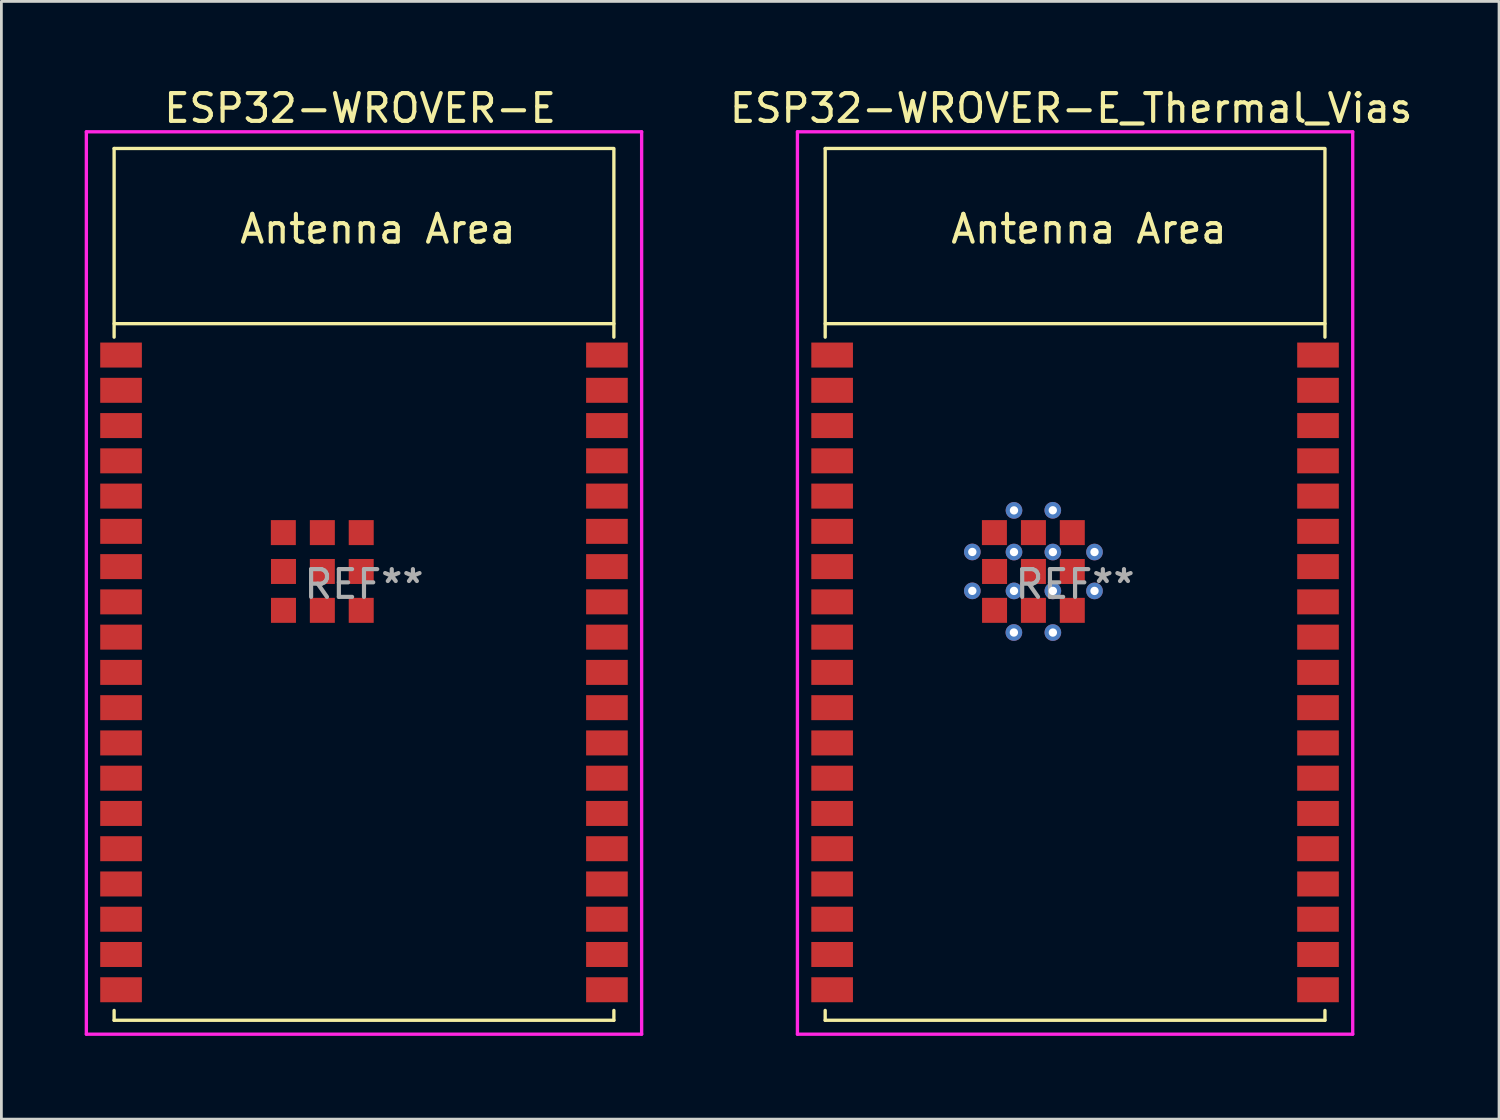
<source format=kicad_pcb>
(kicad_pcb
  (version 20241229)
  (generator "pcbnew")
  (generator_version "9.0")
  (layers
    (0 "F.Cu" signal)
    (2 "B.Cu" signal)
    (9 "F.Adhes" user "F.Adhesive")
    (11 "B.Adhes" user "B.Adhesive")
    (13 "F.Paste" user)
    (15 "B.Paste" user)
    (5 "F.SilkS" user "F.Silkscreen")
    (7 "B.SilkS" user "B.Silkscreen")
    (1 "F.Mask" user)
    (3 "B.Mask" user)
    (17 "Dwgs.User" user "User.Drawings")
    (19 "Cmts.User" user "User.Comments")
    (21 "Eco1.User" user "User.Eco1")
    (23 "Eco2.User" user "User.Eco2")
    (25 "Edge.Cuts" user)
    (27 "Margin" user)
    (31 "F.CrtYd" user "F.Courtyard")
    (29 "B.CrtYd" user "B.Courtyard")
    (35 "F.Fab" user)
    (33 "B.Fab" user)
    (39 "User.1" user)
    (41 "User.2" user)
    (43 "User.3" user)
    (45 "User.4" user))
  (footprint "ESP32-WROVER-E"
    (layer "F.Cu")
    (at 10.06 17.993)
    (property "Reference" "ESP32-WROVER-E" (at -0.14 -17.145 0) (layer "F.SilkS") (effects (font (size 1 1) (thickness 0.15))))
    (attr smd)
    (fp_line (start -9 -15.695) (end -9 -8.9) (stroke (width 0.12) (type solid)) (layer "F.SilkS"))
    (fp_line (start -9 -9.385) (end 9 -9.385) (stroke (width 0.12) (type solid)) (layer "F.SilkS"))
    (fp_line (start -9 15.705) (end -9 15.35) (stroke (width 0.12) (type solid)) (layer "F.SilkS"))
    (fp_line (start -9 15.705) (end 9 15.705) (stroke (width 0.12) (type solid)) (layer "F.SilkS"))
    (fp_line (start 9 -15.695) (end -9 -15.695) (stroke (width 0.12) (type solid)) (layer "F.SilkS"))
    (fp_line (start 9 -15.65) (end 9 -8.9) (stroke (width 0.12) (type solid)) (layer "F.SilkS"))
    (fp_line (start 9 15.705) (end 9 15.35) (stroke (width 0.12) (type solid)) (layer "F.SilkS"))
    (fp_line (start -9 -15.695) (end -9 15.705) (stroke (width 0.12) (type solid)) (layer "Eco2.User"))
    (fp_line (start -9 -9.385) (end 9 -9.385) (stroke (width 0.12) (type solid)) (layer "Eco2.User"))
    (fp_line (start -9 15.705) (end 9 15.705) (stroke (width 0.12) (type solid)) (layer "Eco2.User"))
    (fp_line (start 9 -15.695) (end -9 -15.695) (stroke (width 0.12) (type solid)) (layer "Eco2.User"))
    (fp_line (start 9 15.705) (end 9 -15.695) (stroke (width 0.12) (type solid)) (layer "Eco2.User"))
    (fp_line (start -10 -16.295) (end 10 -16.295) (stroke (width 0.12) (type solid)) (layer "F.CrtYd"))
    (fp_line (start -10 16.205) (end -10 -16.295) (stroke (width 0.12) (type solid)) (layer "F.CrtYd"))
    (fp_line (start 10 -16.295) (end 10 16.205) (stroke (width 0.12) (type solid)) (layer "F.CrtYd"))
    (fp_line (start 10 16.205) (end -10 16.205) (stroke (width 0.12) (type solid)) (layer "F.CrtYd"))
    (fp_text user "Antenna Area" (at 0.5 -12.795 0) (unlocked yes) (layer "F.SilkS") (effects (font (size 1 1) (thickness 0.15))))
    (fp_text user "REF**" (at 0 0 0) (layer "F.Fab") (effects (font (size 1 1) (thickness 0.15))))
    (pad "1" smd rect (at -8.75 -8.255) (size 1.5 0.9) (layers "F.Cu" "F.Mask" "F.Paste"))
    (pad "2" smd rect (at -8.75 -6.985) (size 1.5 0.9) (layers "F.Cu" "F.Mask" "F.Paste"))
    (pad "3" smd rect (at -8.75 -5.715) (size 1.5 0.9) (layers "F.Cu" "F.Mask" "F.Paste"))
    (pad "4" smd rect (at -8.75 -4.445) (size 1.5 0.9) (layers "F.Cu" "F.Mask" "F.Paste"))
    (pad "5" smd rect (at -8.75 -3.175) (size 1.5 0.9) (layers "F.Cu" "F.Mask" "F.Paste"))
    (pad "6" smd rect (at -8.75 -1.905) (size 1.5 0.9) (layers "F.Cu" "F.Mask" "F.Paste"))
    (pad "7" smd rect (at -8.75 -0.635) (size 1.5 0.9) (layers "F.Cu" "F.Mask" "F.Paste"))
    (pad "8" smd rect (at -8.75 0.635) (size 1.5 0.9) (layers "F.Cu" "F.Mask" "F.Paste"))
    (pad "9" smd rect (at -8.75 1.905) (size 1.5 0.9) (layers "F.Cu" "F.Mask" "F.Paste"))
    (pad "10" smd rect (at -8.75 3.175) (size 1.5 0.9) (layers "F.Cu" "F.Mask" "F.Paste"))
    (pad "11" smd rect (at -8.75 4.445) (size 1.5 0.9) (layers "F.Cu" "F.Mask" "F.Paste"))
    (pad "12" smd rect (at -8.75 5.715) (size 1.5 0.9) (layers "F.Cu" "F.Mask" "F.Paste"))
    (pad "13" smd rect (at -8.75 6.985) (size 1.5 0.9) (layers "F.Cu" "F.Mask" "F.Paste"))
    (pad "14" smd rect (at -8.75 8.255) (size 1.5 0.9) (layers "F.Cu" "F.Mask" "F.Paste"))
    (pad "15" smd rect (at -8.75 9.525) (size 1.5 0.9) (layers "F.Cu" "F.Mask" "F.Paste"))
    (pad "16" smd rect (at -8.75 10.795) (size 1.5 0.9) (layers "F.Cu" "F.Mask" "F.Paste"))
    (pad "17" smd rect (at -8.75 12.065) (size 1.5 0.9) (layers "F.Cu" "F.Mask" "F.Paste"))
    (pad "18" smd rect (at -8.75 13.335) (size 1.5 0.9) (layers "F.Cu" "F.Mask" "F.Paste"))
    (pad "19" smd rect (at -8.75 14.605) (size 1.5 0.9) (layers "F.Cu" "F.Mask" "F.Paste"))
    (pad "20" smd rect (at 8.75 14.605) (size 1.5 0.9) (layers "F.Cu" "F.Mask" "F.Paste"))
    (pad "21" smd rect (at 8.75 13.335) (size 1.5 0.9) (layers "F.Cu" "F.Mask" "F.Paste"))
    (pad "22" smd rect (at 8.75 12.065) (size 1.5 0.9) (layers "F.Cu" "F.Mask" "F.Paste"))
    (pad "23" smd rect (at 8.75 10.795) (size 1.5 0.9) (layers "F.Cu" "F.Mask" "F.Paste"))
    (pad "24" smd rect (at 8.75 9.525) (size 1.5 0.9) (layers "F.Cu" "F.Mask" "F.Paste"))
    (pad "25" smd rect (at 8.75 8.255) (size 1.5 0.9) (layers "F.Cu" "F.Mask" "F.Paste"))
    (pad "26" smd rect (at 8.75 6.985) (size 1.5 0.9) (layers "F.Cu" "F.Mask" "F.Paste"))
    (pad "27" smd rect (at 8.75 5.715) (size 1.5 0.9) (layers "F.Cu" "F.Mask" "F.Paste"))
    (pad "28" smd rect (at 8.75 4.445) (size 1.5 0.9) (layers "F.Cu" "F.Mask" "F.Paste"))
    (pad "29" smd rect (at 8.75 3.175) (size 1.5 0.9) (layers "F.Cu" "F.Mask" "F.Paste"))
    (pad "30" smd rect (at 8.75 1.905) (size 1.5 0.9) (layers "F.Cu" "F.Mask" "F.Paste"))
    (pad "31" smd rect (at 8.75 0.635) (size 1.5 0.9) (layers "F.Cu" "F.Mask" "F.Paste"))
    (pad "32" smd rect (at 8.75 -0.635) (size 1.5 0.9) (layers "F.Cu" "F.Mask" "F.Paste"))
    (pad "33" smd rect (at 8.75 -1.905) (size 1.5 0.9) (layers "F.Cu" "F.Mask" "F.Paste"))
    (pad "34" smd rect (at 8.75 -3.175) (size 1.5 0.9) (layers "F.Cu" "F.Mask" "F.Paste"))
    (pad "35" smd rect (at 8.75 -4.445) (size 1.5 0.9) (layers "F.Cu" "F.Mask" "F.Paste"))
    (pad "36" smd rect (at 8.75 -5.715) (size 1.5 0.9) (layers "F.Cu" "F.Mask" "F.Paste"))
    (pad "37" smd rect (at 8.75 -6.985) (size 1.5 0.9) (layers "F.Cu" "F.Mask" "F.Paste"))
    (pad "38" smd rect (at 8.75 -8.255) (size 1.5 0.9) (layers "F.Cu" "F.Mask" "F.Paste"))
    (pad "39" smd rect (at -2.905 -1.86) (size 0.9 0.9) (layers "F.Cu" "F.Mask" "F.Paste"))
    (pad "39" smd rect (at -2.9 -0.46) (size 0.9 0.9) (layers "F.Cu" "F.Mask" "F.Paste"))
    (pad "39" smd rect (at -2.9 0.94) (size 0.9 0.9) (layers "F.Cu" "F.Mask" "F.Paste"))
    (pad "39" smd rect (at -1.5 -1.86) (size 0.9 0.9) (layers "F.Cu" "F.Mask" "F.Paste"))
    (pad "39" smd rect (at -1.5 -0.46) (size 0.9 0.9) (layers "F.Cu" "F.Mask" "F.Paste"))
    (pad "39" smd rect (at -1.5 0.94) (size 0.9 0.9) (layers "F.Cu" "F.Mask" "F.Paste"))
    (pad "39" smd rect (at -0.1 -1.86) (size 0.9 0.9) (layers "F.Cu" "F.Mask" "F.Paste"))
    (pad "39" smd rect (at -0.1 -0.46) (size 0.9 0.9) (layers "F.Cu" "F.Mask" "F.Paste"))
    (pad "39" smd rect (at -0.1 0.94) (size 0.9 0.9) (layers "F.Cu" "F.Mask" "F.Paste")))
  (footprint "ESP32-WROVER-E_Thermal_Vias"
    (layer "F.Cu")
    (at 35.671 17.993)
    (property "Reference" "ESP32-WROVER-E_Thermal_Vias" (at -0.14 -17.145 0) (layer "F.SilkS") (effects (font (size 1 1) (thickness 0.15))))
    (attr smd)
    (fp_line (start -9 -15.695) (end -9 -8.9) (stroke (width 0.12) (type solid)) (layer "F.SilkS"))
    (fp_line (start -9 -9.385) (end 9 -9.385) (stroke (width 0.12) (type solid)) (layer "F.SilkS"))
    (fp_line (start -9 15.705) (end -9 15.35) (stroke (width 0.12) (type solid)) (layer "F.SilkS"))
    (fp_line (start -9 15.705) (end 9 15.705) (stroke (width 0.12) (type solid)) (layer "F.SilkS"))
    (fp_line (start 9 -15.695) (end -9 -15.695) (stroke (width 0.12) (type solid)) (layer "F.SilkS"))
    (fp_line (start 9 -15.65) (end 9 -8.9) (stroke (width 0.12) (type solid)) (layer "F.SilkS"))
    (fp_line (start 9 15.705) (end 9 15.35) (stroke (width 0.12) (type solid)) (layer "F.SilkS"))
    (fp_line (start -9 -15.695) (end -9 15.705) (stroke (width 0.12) (type solid)) (layer "Eco2.User"))
    (fp_line (start -9 -9.385) (end 9 -9.385) (stroke (width 0.12) (type solid)) (layer "Eco2.User"))
    (fp_line (start -9 15.705) (end 9 15.705) (stroke (width 0.12) (type solid)) (layer "Eco2.User"))
    (fp_line (start 9 -15.695) (end -9 -15.695) (stroke (width 0.12) (type solid)) (layer "Eco2.User"))
    (fp_line (start 9 15.705) (end 9 -15.695) (stroke (width 0.12) (type solid)) (layer "Eco2.User"))
    (fp_line (start -10 -16.295) (end 10 -16.295) (stroke (width 0.12) (type solid)) (layer "F.CrtYd"))
    (fp_line (start -10 16.205) (end -10 -16.295) (stroke (width 0.12) (type solid)) (layer "F.CrtYd"))
    (fp_line (start 10 -16.295) (end 10 16.205) (stroke (width 0.12) (type solid)) (layer "F.CrtYd"))
    (fp_line (start 10 16.205) (end -10 16.205) (stroke (width 0.12) (type solid)) (layer "F.CrtYd"))
    (fp_text user "Antenna Area" (at 0.5 -12.795 0) (unlocked yes) (layer "F.SilkS") (effects (font (size 1 1) (thickness 0.15))))
    (fp_text user "REF**" (at 0 0 0) (layer "F.Fab") (effects (font (size 1 1) (thickness 0.15))))
    (pad "1" smd rect (at -8.75 -8.255) (size 1.5 0.9) (layers "F.Cu" "F.Mask" "F.Paste"))
    (pad "2" smd rect (at -8.75 -6.985) (size 1.5 0.9) (layers "F.Cu" "F.Mask" "F.Paste"))
    (pad "3" smd rect (at -8.75 -5.715) (size 1.5 0.9) (layers "F.Cu" "F.Mask" "F.Paste"))
    (pad "4" smd rect (at -8.75 -4.445) (size 1.5 0.9) (layers "F.Cu" "F.Mask" "F.Paste"))
    (pad "5" smd rect (at -8.75 -3.175) (size 1.5 0.9) (layers "F.Cu" "F.Mask" "F.Paste"))
    (pad "6" smd rect (at -8.75 -1.905) (size 1.5 0.9) (layers "F.Cu" "F.Mask" "F.Paste"))
    (pad "7" smd rect (at -8.75 -0.635) (size 1.5 0.9) (layers "F.Cu" "F.Mask" "F.Paste"))
    (pad "8" smd rect (at -8.75 0.635) (size 1.5 0.9) (layers "F.Cu" "F.Mask" "F.Paste"))
    (pad "9" smd rect (at -8.75 1.905) (size 1.5 0.9) (layers "F.Cu" "F.Mask" "F.Paste"))
    (pad "10" smd rect (at -8.75 3.175) (size 1.5 0.9) (layers "F.Cu" "F.Mask" "F.Paste"))
    (pad "11" smd rect (at -8.75 4.445) (size 1.5 0.9) (layers "F.Cu" "F.Mask" "F.Paste"))
    (pad "12" smd rect (at -8.75 5.715) (size 1.5 0.9) (layers "F.Cu" "F.Mask" "F.Paste"))
    (pad "13" smd rect (at -8.75 6.985) (size 1.5 0.9) (layers "F.Cu" "F.Mask" "F.Paste"))
    (pad "14" smd rect (at -8.75 8.255) (size 1.5 0.9) (layers "F.Cu" "F.Mask" "F.Paste"))
    (pad "15" smd rect (at -8.75 9.525) (size 1.5 0.9) (layers "F.Cu" "F.Mask" "F.Paste"))
    (pad "16" smd rect (at -8.75 10.795) (size 1.5 0.9) (layers "F.Cu" "F.Mask" "F.Paste"))
    (pad "17" smd rect (at -8.75 12.065) (size 1.5 0.9) (layers "F.Cu" "F.Mask" "F.Paste"))
    (pad "18" smd rect (at -8.75 13.335) (size 1.5 0.9) (layers "F.Cu" "F.Mask" "F.Paste"))
    (pad "19" smd rect (at -8.75 14.605) (size 1.5 0.9) (layers "F.Cu" "F.Mask" "F.Paste"))
    (pad "20" smd rect (at 8.75 14.605) (size 1.5 0.9) (layers "F.Cu" "F.Mask" "F.Paste"))
    (pad "21" smd rect (at 8.75 13.335) (size 1.5 0.9) (layers "F.Cu" "F.Mask" "F.Paste"))
    (pad "22" smd rect (at 8.75 12.065) (size 1.5 0.9) (layers "F.Cu" "F.Mask" "F.Paste"))
    (pad "23" smd rect (at 8.75 10.795) (size 1.5 0.9) (layers "F.Cu" "F.Mask" "F.Paste"))
    (pad "24" smd rect (at 8.75 9.525) (size 1.5 0.9) (layers "F.Cu" "F.Mask" "F.Paste"))
    (pad "25" smd rect (at 8.75 8.255) (size 1.5 0.9) (layers "F.Cu" "F.Mask" "F.Paste"))
    (pad "26" smd rect (at 8.75 6.985) (size 1.5 0.9) (layers "F.Cu" "F.Mask" "F.Paste"))
    (pad "27" smd rect (at 8.75 5.715) (size 1.5 0.9) (layers "F.Cu" "F.Mask" "F.Paste"))
    (pad "28" smd rect (at 8.75 4.445) (size 1.5 0.9) (layers "F.Cu" "F.Mask" "F.Paste"))
    (pad "29" smd rect (at 8.75 3.175) (size 1.5 0.9) (layers "F.Cu" "F.Mask" "F.Paste"))
    (pad "30" smd rect (at 8.75 1.905) (size 1.5 0.9) (layers "F.Cu" "F.Mask" "F.Paste"))
    (pad "31" smd rect (at 8.75 0.635) (size 1.5 0.9) (layers "F.Cu" "F.Mask" "F.Paste"))
    (pad "32" smd rect (at 8.75 -0.635) (size 1.5 0.9) (layers "F.Cu" "F.Mask" "F.Paste"))
    (pad "33" smd rect (at 8.75 -1.905) (size 1.5 0.9) (layers "F.Cu" "F.Mask" "F.Paste"))
    (pad "34" smd rect (at 8.75 -3.175) (size 1.5 0.9) (layers "F.Cu" "F.Mask" "F.Paste"))
    (pad "35" smd rect (at 8.75 -4.445) (size 1.5 0.9) (layers "F.Cu" "F.Mask" "F.Paste"))
    (pad "36" smd rect (at 8.75 -5.715) (size 1.5 0.9) (layers "F.Cu" "F.Mask" "F.Paste"))
    (pad "37" smd rect (at 8.75 -6.985) (size 1.5 0.9) (layers "F.Cu" "F.Mask" "F.Paste"))
    (pad "38" smd rect (at 8.75 -8.255) (size 1.5 0.9) (layers "F.Cu" "F.Mask" "F.Paste"))
    (pad "39" thru_hole circle (at -3.701 -1.163) (size 0.6 0.6) (drill 0.3) (layers "*.Cu" "*.Mask"))
    (pad "39" thru_hole circle (at -3.701 0.238) (size 0.6 0.6) (drill 0.3) (layers "*.Cu" "*.Mask"))
    (pad "39" smd rect (at -2.905 -1.86) (size 0.9 0.9) (layers "F.Cu" "F.Mask" "F.Paste"))
    (pad "39" smd rect (at -2.9 -0.46) (size 0.9 0.9) (layers "F.Cu" "F.Mask" "F.Paste"))
    (pad "39" smd rect (at -2.9 0.94) (size 0.9 0.9) (layers "F.Cu" "F.Mask" "F.Paste"))
    (pad "39" thru_hole circle (at -2.204 1.738) (size 0.6 0.6) (drill 0.3) (layers "*.Cu" "*.Mask"))
    (pad "39" thru_hole circle (at -2.2 -2.66) (size 0.6 0.6) (drill 0.3) (layers "*.Cu" "*.Mask"))
    (pad "39" thru_hole circle (at -2.2 -1.16) (size 0.6 0.6) (drill 0.3) (layers "*.Cu" "*.Mask"))
    (pad "39" thru_hole circle (at -2.2 0.24) (size 0.6 0.6) (drill 0.3) (layers "*.Cu" "*.Mask"))
    (pad "39" smd rect (at -1.5 -1.86) (size 0.9 0.9) (layers "F.Cu" "F.Mask" "F.Paste"))
    (pad "39" smd rect (at -1.5 -0.46) (size 0.9 0.9) (layers "F.Cu" "F.Mask" "F.Paste"))
    (pad "39" smd rect (at -1.5 0.94) (size 0.9 0.9) (layers "F.Cu" "F.Mask" "F.Paste"))
    (pad "39" thru_hole circle (at -0.803 -2.664) (size 0.6 0.6) (drill 0.3) (layers "*.Cu" "*.Mask"))
    (pad "39" thru_hole circle (at -0.8 -1.16) (size 0.6 0.6) (drill 0.3) (layers "*.Cu" "*.Mask"))
    (pad "39" thru_hole circle (at -0.8 0.24) (size 0.6 0.6) (drill 0.3) (layers "*.Cu" "*.Mask"))
    (pad "39" thru_hole circle (at -0.8 1.74) (size 0.6 0.6) (drill 0.3) (layers "*.Cu" "*.Mask"))
    (pad "39" smd rect (at -0.1 -1.86) (size 0.9 0.9) (layers "F.Cu" "F.Mask" "F.Paste"))
    (pad "39" smd rect (at -0.1 -0.46) (size 0.9 0.9) (layers "F.Cu" "F.Mask" "F.Paste"))
    (pad "39" smd rect (at -0.1 0.94) (size 0.9 0.9) (layers "F.Cu" "F.Mask" "F.Paste"))
    (pad "39" thru_hole circle (at 0.7 -1.16) (size 0.6 0.6) (drill 0.3) (layers "*.Cu" "*.Mask"))
    (pad "39" thru_hole circle (at 0.7 0.24) (size 0.6 0.6) (drill 0.3) (layers "*.Cu" "*.Mask")))
  (gr_rect
    (start -3 -3)
    (end 50.941 37.258)
    (stroke (width 0.1) (type default))
    (fill no)
    (layer "Edge.Cuts")))
</source>
